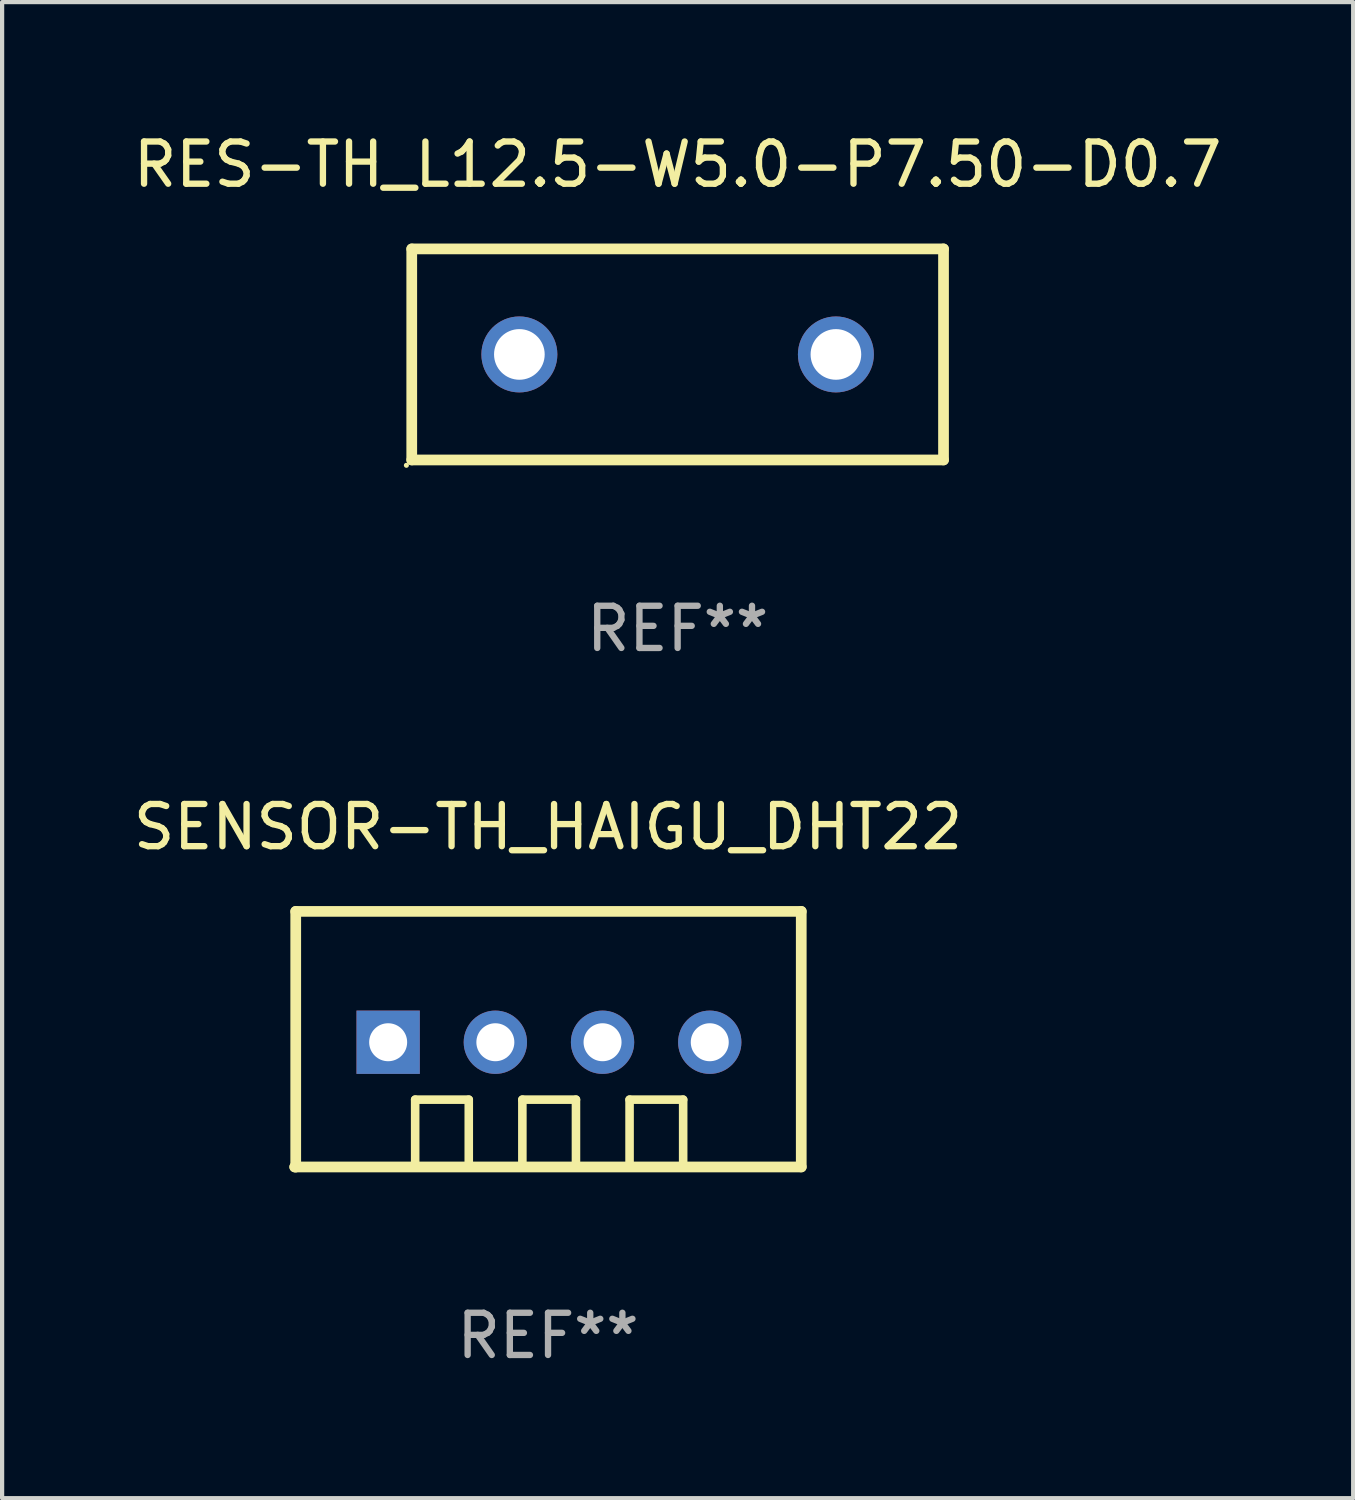
<source format=kicad_pcb>
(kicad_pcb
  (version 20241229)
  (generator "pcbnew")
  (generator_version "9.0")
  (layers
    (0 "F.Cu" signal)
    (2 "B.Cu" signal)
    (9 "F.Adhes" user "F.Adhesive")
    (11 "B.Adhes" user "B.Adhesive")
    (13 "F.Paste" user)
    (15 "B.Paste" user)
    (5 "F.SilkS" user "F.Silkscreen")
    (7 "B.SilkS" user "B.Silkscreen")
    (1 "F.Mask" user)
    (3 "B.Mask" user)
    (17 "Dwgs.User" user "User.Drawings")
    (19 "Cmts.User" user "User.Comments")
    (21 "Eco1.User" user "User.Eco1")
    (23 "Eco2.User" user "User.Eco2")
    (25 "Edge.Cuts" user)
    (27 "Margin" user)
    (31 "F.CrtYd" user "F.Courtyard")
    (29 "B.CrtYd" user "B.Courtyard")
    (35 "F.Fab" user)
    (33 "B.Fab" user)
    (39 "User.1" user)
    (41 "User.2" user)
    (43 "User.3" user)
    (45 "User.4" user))
  (footprint "SENSOR-TH_HAIGU_DHT22"
    (layer "F.Cu")
    (at 9.957 21.645)
    (property "Reference" "SENSOR-TH_HAIGU_DHT22" (at -0.022 -5.1 0) (layer "F.SilkS") (effects (font (size 1 1) (thickness 0.15))))
    (attr through_hole)
    (fp_line (start -6.023 2.955) (end -6 2.955) (stroke (width 0.254) (type solid)) (layer "F.SilkS"))
    (fp_line (start -6.023 2.955) (end 5.978 2.955) (stroke (width 0.254) (type solid)) (layer "F.SilkS"))
    (fp_line (start -6 -3.1) (end 5.978 -3.1) (stroke (width 0.254) (type solid)) (layer "F.SilkS"))
    (fp_line (start -6 2.955) (end -6 -3.1) (stroke (width 0.254) (type solid)) (layer "F.SilkS"))
    (fp_line (start -3.17 1.36) (end -3.17 2.955) (stroke (width 0.203) (type solid)) (layer "F.SilkS"))
    (fp_line (start -1.9 1.36) (end -3.17 1.36) (stroke (width 0.203) (type solid)) (layer "F.SilkS"))
    (fp_line (start -1.9 2.955) (end -1.9 1.36) (stroke (width 0.203) (type solid)) (layer "F.SilkS"))
    (fp_line (start -0.63 1.36) (end -0.63 2.955) (stroke (width 0.203) (type solid)) (layer "F.SilkS"))
    (fp_line (start 0.64 1.36) (end -0.63 1.36) (stroke (width 0.203) (type solid)) (layer "F.SilkS"))
    (fp_line (start 0.64 2.955) (end 0.64 1.36) (stroke (width 0.203) (type solid)) (layer "F.SilkS"))
    (fp_line (start 1.91 1.36) (end 1.91 2.955) (stroke (width 0.203) (type solid)) (layer "F.SilkS"))
    (fp_line (start 3.18 1.36) (end 1.91 1.36) (stroke (width 0.203) (type solid)) (layer "F.SilkS"))
    (fp_line (start 3.18 2.955) (end 3.18 1.36) (stroke (width 0.203) (type solid)) (layer "F.SilkS"))
    (fp_line (start 5.978 -3.1) (end 5.978 2.955) (stroke (width 0.254) (type solid)) (layer "F.SilkS"))
    (fp_circle (center -6 2.95) (end -5.97 2.95) (stroke (width 0.06) (type solid)) (fill no) (layer "F.SilkS"))
    (fp_text user "REF**" (at -0.022 6.955 0) (layer "F.Fab") (effects (font (size 1 1) (thickness 0.15))))
    (pad "1" thru_hole rect (at -3.81 0 180) (size 1.5 1.5) (drill 0.9) (layers "*.Cu" "*.Mask"))
    (pad "2" thru_hole circle (at -1.27 0) (size 1.5 1.5) (drill 0.9) (layers "*.Cu" "*.Mask"))
    (pad "3" thru_hole circle (at 1.27 0) (size 1.5 1.5) (drill 0.9) (layers "*.Cu" "*.Mask"))
    (pad "4" thru_hole circle (at 3.81 0) (size 1.5 1.5) (drill 0.9) (layers "*.Cu" "*.Mask")))
  (footprint "RES-TH_L12.5-W5.0-P7.50-D0.7"
    (layer "F.Cu")
    (at 13.006 5.348)
    (property "Reference" "RES-TH_L12.5-W5.0-P7.50-D0.7" (at 0 -4.5 0) (layer "F.SilkS") (effects (font (size 1 1) (thickness 0.15))))
    (attr through_hole)
    (fp_line (start -6.3 -2.5) (end 6.3 -2.5) (stroke (width 0.254) (type solid)) (layer "F.SilkS"))
    (fp_line (start -6.3 2.5) (end -6.3 -2.5) (stroke (width 0.254) (type solid)) (layer "F.SilkS"))
    (fp_line (start 6.3 -2.5) (end 6.3 2.5) (stroke (width 0.254) (type solid)) (layer "F.SilkS"))
    (fp_line (start 6.3 2.5) (end -6.3 2.5) (stroke (width 0.254) (type solid)) (layer "F.SilkS"))
    (fp_circle (center -6.427 2.627) (end -6.397 2.627) (stroke (width 0.06) (type solid)) (fill no) (layer "F.SilkS"))
    (fp_text user "REF**" (at 0 6.5 0) (layer "F.Fab") (effects (font (size 1 1) (thickness 0.15))))
    (pad "1" thru_hole circle (at -3.75 0) (size 1.8 1.8) (drill 1.2) (layers "*.Cu" "*.Mask"))
    (pad "2" thru_hole circle (at 3.75 0) (size 1.8 1.8) (drill 1.2) (layers "*.Cu" "*.Mask")))
  (gr_rect
    (start -3 -3)
    (end 29.012 32.448)
    (stroke (width 0.1) (type default))
    (fill no)
    (layer "Edge.Cuts")))
</source>
